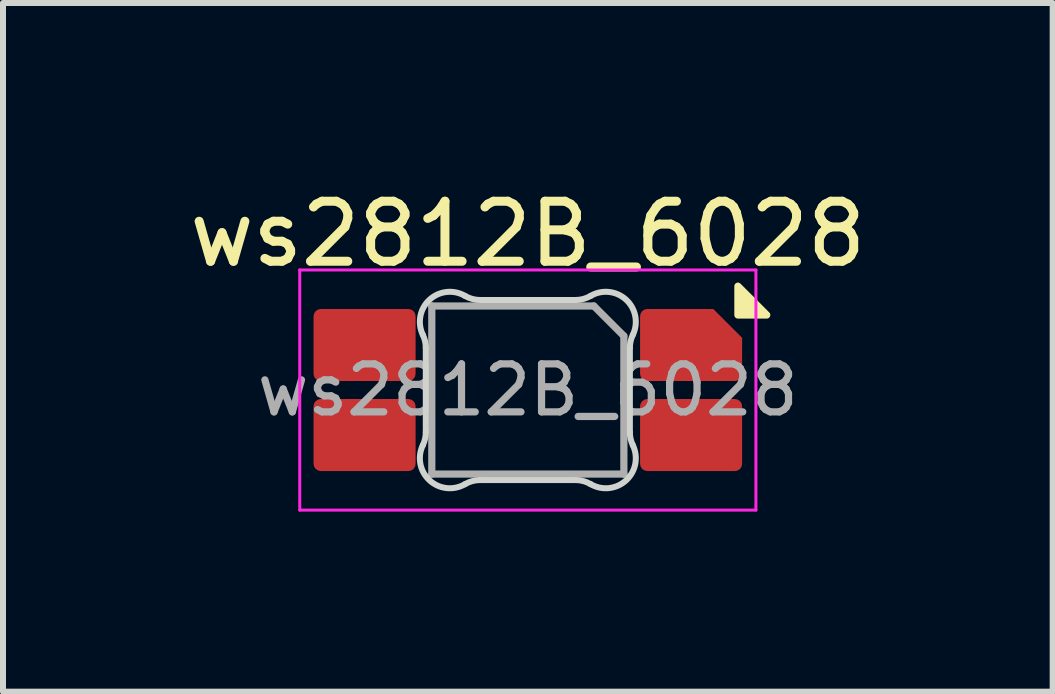
<source format=kicad_pcb>
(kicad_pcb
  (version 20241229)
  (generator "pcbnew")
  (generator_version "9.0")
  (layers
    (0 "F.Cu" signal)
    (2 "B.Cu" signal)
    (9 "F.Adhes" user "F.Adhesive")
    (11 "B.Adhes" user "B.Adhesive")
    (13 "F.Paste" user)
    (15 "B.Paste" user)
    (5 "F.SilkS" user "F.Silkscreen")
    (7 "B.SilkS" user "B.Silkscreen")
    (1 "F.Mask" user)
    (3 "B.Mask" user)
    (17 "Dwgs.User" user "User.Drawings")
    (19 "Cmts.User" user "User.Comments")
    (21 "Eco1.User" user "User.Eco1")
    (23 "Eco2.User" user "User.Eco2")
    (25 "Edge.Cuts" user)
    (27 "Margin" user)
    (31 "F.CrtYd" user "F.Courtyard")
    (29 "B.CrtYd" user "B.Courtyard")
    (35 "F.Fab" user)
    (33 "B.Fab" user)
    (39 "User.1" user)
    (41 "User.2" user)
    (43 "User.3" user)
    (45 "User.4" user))
  (footprint "ws2812B_6028"
    (layer "F.Cu")
    (at 5.744 3.448)
    (property "Reference" "ws2812B_6028" (at 0 -2.6 180) (layer "F.SilkS") (effects (font (size 1 1) (thickness 0.15))))
    (attr smd)
    (fp_poly (pts (xy 3.5 -1.25) (xy 3.5 -1.73) (xy 3.98 -1.25) (xy 3.5 -1.25)) (stroke (width 0.12) (type solid)) (fill yes) (layer "F.SilkS"))
    (fp_line (start -1.7 -0.703) (end -1.7 0.703) (stroke (width 0.1) (type solid)) (layer "Edge.Cuts"))
    (fp_line (start -0.794 1.5) (end 0.794 1.5) (stroke (width 0.1) (type solid)) (layer "Edge.Cuts"))
    (fp_line (start 0.794 -1.5) (end -0.794 -1.5) (stroke (width 0.1) (type solid)) (layer "Edge.Cuts"))
    (fp_line (start 1.7 0.703) (end 1.7 -0.703) (stroke (width 0.1) (type solid)) (layer "Edge.Cuts"))
    (fp_arc (start -1.749484 -0.919719) (mid -1.712527 -0.814067) (end -1.699999 -0.702842) (stroke (width 0.1) (type solid)) (layer "Edge.Cuts"))
    (fp_arc (start -1.749484 -0.919719) (mid -1.63807 -1.504033) (end -1.046711 -1.568296) (stroke (width 0.1) (type solid)) (layer "Edge.Cuts"))
    (fp_arc (start -1.699999 0.702843) (mid -1.712527 0.814069) (end -1.749484 0.919721) (stroke (width 0.1) (type solid)) (layer "Edge.Cuts"))
    (fp_arc (start -1.046711 1.5683) (mid -1.638071 1.504036) (end -1.749484 0.919721) (stroke (width 0.1) (type solid)) (layer "Edge.Cuts"))
    (fp_arc (start -1.046711 1.5683) (mid -0.925123 1.517378) (end -0.794453 1.500001) (stroke (width 0.1) (type solid)) (layer "Edge.Cuts"))
    (fp_arc (start -0.794452 -1.499999) (mid -0.925122 -1.517376) (end -1.04671 -1.568298) (stroke (width 0.1) (type solid)) (layer "Edge.Cuts"))
    (fp_arc (start 0.794453 1.5) (mid 0.925123 1.517377) (end 1.046711 1.568299) (stroke (width 0.1) (type solid)) (layer "Edge.Cuts"))
    (fp_arc (start 1.046711 -1.568298) (mid 0.925123 -1.517376) (end 0.794452 -1.499999) (stroke (width 0.1) (type solid)) (layer "Edge.Cuts"))
    (fp_arc (start 1.046711 -1.568298) (mid 1.638072 -1.504034) (end 1.749484 -0.919718) (stroke (width 0.1) (type solid)) (layer "Edge.Cuts"))
    (fp_arc (start 1.699999 -0.702841) (mid 1.712527 -0.814067) (end 1.749484 -0.919719) (stroke (width 0.1) (type solid)) (layer "Edge.Cuts"))
    (fp_arc (start 1.749484 0.919721) (mid 1.638071 1.504035) (end 1.046711 1.568299) (stroke (width 0.1) (type solid)) (layer "Edge.Cuts"))
    (fp_arc (start 1.749484 0.919721) (mid 1.712527 0.814069) (end 1.699999 0.702844) (stroke (width 0.1) (type solid)) (layer "Edge.Cuts"))
    (fp_line (start -3.8 -2) (end 3.8 -2) (stroke (width 0.05) (type solid)) (layer "F.CrtYd"))
    (fp_line (start -3.8 2) (end -3.8 -2) (stroke (width 0.05) (type solid)) (layer "F.CrtYd"))
    (fp_line (start 3.8 -2) (end 3.8 2) (stroke (width 0.05) (type solid)) (layer "F.CrtYd"))
    (fp_line (start 3.8 2) (end -3.8 2) (stroke (width 0.05) (type solid)) (layer "F.CrtYd"))
    (fp_line (start -1.6 -1.4) (end 1.1 -1.4) (stroke (width 0.12) (type solid)) (layer "F.Fab"))
    (fp_line (start -1.6 1.4) (end -1.6 -1.4) (stroke (width 0.12) (type solid)) (layer "F.Fab"))
    (fp_line (start 1.6 -0.9) (end 1.1 -1.4) (stroke (width 0.12) (type solid)) (layer "F.Fab"))
    (fp_line (start 1.6 -0.9) (end 1.6 1.4) (stroke (width 0.12) (type solid)) (layer "F.Fab"))
    (fp_line (start 1.6 1.4) (end -1.6 1.4) (stroke (width 0.12) (type solid)) (layer "F.Fab"))
    (fp_text user "${REFERENCE}" (at 0 0 0) (layer "F.Fab") (effects (font (size 0.8 0.8) (thickness 0.12))))
    (pad "1" smd roundrect (at -2.72 0.75 270) (size 1.2 1.7) (layers "F.Cu" "F.Mask" "F.Paste") (roundrect_rratio 0.1))
    (pad "2" smd roundrect (at -2.72 -0.75 270) (size 1.2 1.7) (layers "F.Cu" "F.Mask" "F.Paste") (roundrect_rratio 0.1))
    (pad "3" smd roundrect (at 2.72 -0.75 270) (size 1.2 1.7) (layers "F.Cu" "F.Mask" "F.Paste") (roundrect_rratio 0.1) (chamfer_ratio 0.4) (chamfer top_left))
    (pad "4" smd roundrect (at 2.72 0.75 270) (size 1.2 1.7) (layers "F.Cu" "F.Mask" "F.Paste") (roundrect_rratio 0.1)))
  (gr_rect
    (start -3 -3)
    (end 14.488 8.473)
    (stroke (width 0.1) (type default))
    (fill no)
    (layer "Edge.Cuts")))
</source>
